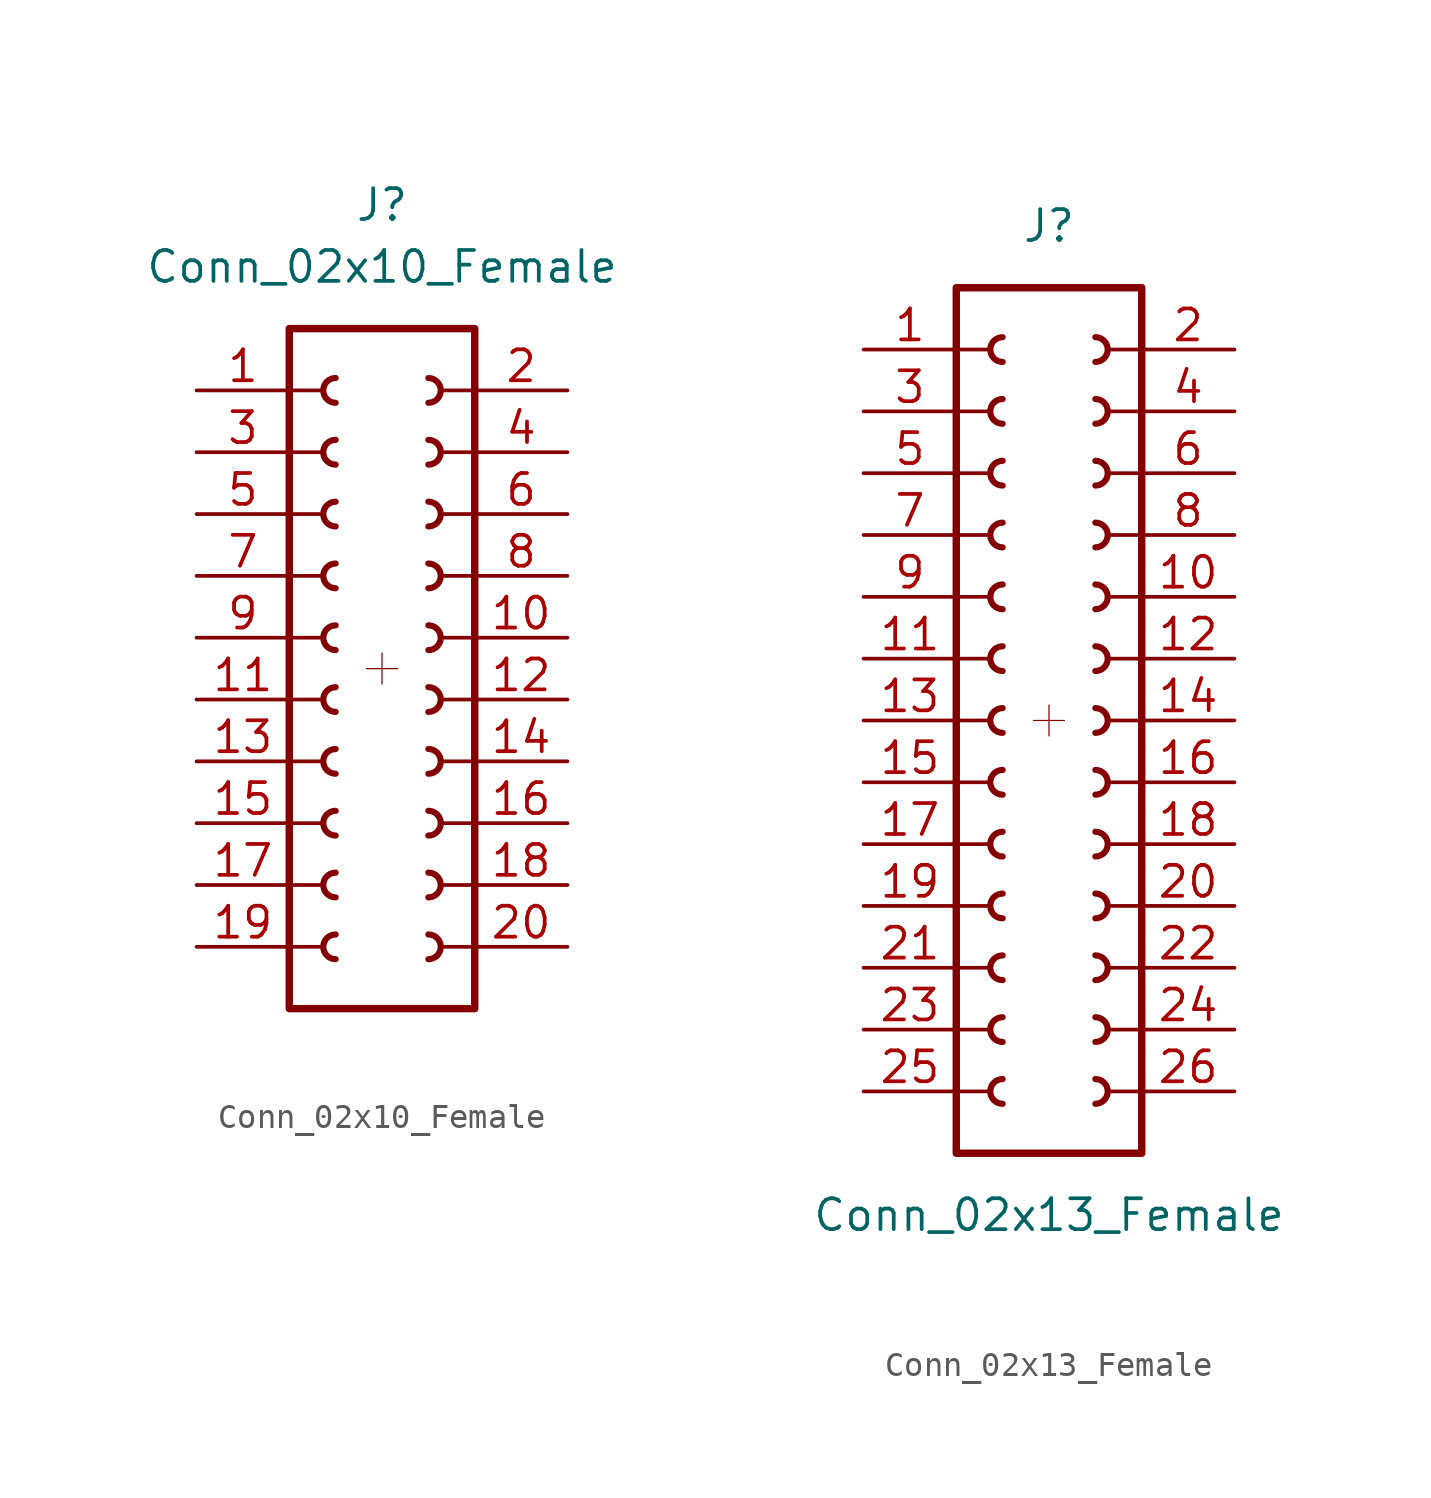
<source format=kicad_sym>
(kicad_symbol_lib
  (version 20211014)
  (generator kicad_symbol_editor)
  (symbol "Conn_02x10_Female"
    (pin_names
      (offset 1.016) hide)
    (property "Reference" "J"
      (at 0 17.78 0)
      (effects (font (size 1.27 1.27))))
    (property "Value" "Conn_02x10_Female"
      (at 0 15.24 0)
      (effects (font (size 1.27 1.27))))
    (symbol "Conn_02x10_Female_0_1"
      (rectangle (start -3.81 -12.7) (end -2.54 -12.7) (stroke (width 0.152) (type default) (color 0 0 0 0)) (fill (type none)))
      (rectangle (start -3.81 -10.16) (end -2.54 -10.16) (stroke (width 0.152) (type default) (color 0 0 0 0)) (fill (type none)))
      (rectangle (start -3.81 -7.62) (end -2.54 -7.62) (stroke (width 0.152) (type default) (color 0 0 0 0)) (fill (type none)))
      (rectangle (start -3.81 -5.08) (end -2.54 -5.08) (stroke (width 0.152) (type default) (color 0 0 0 0)) (fill (type none)))
      (rectangle (start -3.81 -2.54) (end -2.54 -2.54) (stroke (width 0.152) (type default) (color 0 0 0 0)) (fill (type none)))
      (rectangle (start -3.81 0) (end -2.54 0) (stroke (width 0.152) (type default) (color 0 0 0 0)) (fill (type none)))
      (rectangle (start -3.81 2.54) (end -2.54 2.54) (stroke (width 0.152) (type default) (color 0 0 0 0)) (fill (type none)))
      (rectangle (start -3.81 5.08) (end -2.54 5.08) (stroke (width 0.152) (type default) (color 0 0 0 0)) (fill (type none)))
      (rectangle (start -3.81 7.62) (end -2.54 7.62) (stroke (width 0.152) (type default) (color 0 0 0 0)) (fill (type none)))
      (rectangle (start -3.81 10.16) (end -2.54 10.16) (stroke (width 0.152) (type default) (color 0 0 0 0)) (fill (type none)))
      (rectangle (start -3.81 12.7) (end 3.81 -15.24) (stroke (width 0.305) (type default) (color 0 0 0 0)) (fill (type none))))
    (symbol "Conn_02x10_Female_1_1"
      (arc (start -1.905 -12.192) (mid -2.413 -12.7) (end -1.905 -13.208) (stroke (width 0.254) (type default) (color 0 0 0 0)) (fill (type none)))
      (arc (start -1.905 -9.652) (mid -2.413 -10.16) (end -1.905 -10.668) (stroke (width 0.254) (type default) (color 0 0 0 0)) (fill (type none)))
      (arc (start -1.905 -7.112) (mid -2.413 -7.62) (end -1.905 -8.128) (stroke (width 0.254) (type default) (color 0 0 0 0)) (fill (type none)))
      (arc (start -1.905 -4.572) (mid -2.413 -5.08) (end -1.905 -5.588) (stroke (width 0.254) (type default) (color 0 0 0 0)) (fill (type none)))
      (arc (start -1.905 -2.032) (mid -2.413 -2.54) (end -1.905 -3.048) (stroke (width 0.254) (type default) (color 0 0 0 0)) (fill (type none)))
      (arc (start -1.905 0.508) (mid -2.413 0) (end -1.905 -0.508) (stroke (width 0.254) (type default) (color 0 0 0 0)) (fill (type none)))
      (arc (start -1.905 3.048) (mid -2.413 2.54) (end -1.905 2.032) (stroke (width 0.254) (type default) (color 0 0 0 0)) (fill (type none)))
      (arc (start -1.905 5.588) (mid -2.413 5.08) (end -1.905 4.572) (stroke (width 0.254) (type default) (color 0 0 0 0)) (fill (type none)))
      (arc (start -1.905 8.128) (mid -2.413 7.62) (end -1.905 7.112) (stroke (width 0.254) (type default) (color 0 0 0 0)) (fill (type none)))
      (arc (start -1.905 10.668) (mid -2.413 10.16) (end -1.905 9.652) (stroke (width 0.254) (type default) (color 0 0 0 0)) (fill (type none)))
      (polyline (pts (xy -0.635 -1.27) (xy 0.635 -1.27)) (stroke (width 0.051) (type default) (color 0 0 0 0)) (fill (type none)))
      (polyline (pts (xy 0 -0.635) (xy 0 -1.905)) (stroke (width 0.051) (type default) (color 0 0 0 0)) (fill (type none)))
      (arc (start 1.905 -13.208) (mid 2.413 -12.7) (end 1.905 -12.192) (stroke (width 0.254) (type default) (color 0 0 0 0)) (fill (type none)))
      (arc (start 1.905 -10.668) (mid 2.413 -10.16) (end 1.905 -9.652) (stroke (width 0.254) (type default) (color 0 0 0 0)) (fill (type none)))
      (arc (start 1.905 -8.128) (mid 2.413 -7.62) (end 1.905 -7.112) (stroke (width 0.254) (type default) (color 0 0 0 0)) (fill (type none)))
      (arc (start 1.905 -5.588) (mid 2.413 -5.08) (end 1.905 -4.572) (stroke (width 0.254) (type default) (color 0 0 0 0)) (fill (type none)))
      (arc (start 1.905 -3.048) (mid 2.413 -2.54) (end 1.905 -2.032) (stroke (width 0.254) (type default) (color 0 0 0 0)) (fill (type none)))
      (arc (start 1.905 -0.508) (mid 2.413 0) (end 1.905 0.508) (stroke (width 0.254) (type default) (color 0 0 0 0)) (fill (type none)))
      (arc (start 1.905 2.032) (mid 2.413 2.54) (end 1.905 3.048) (stroke (width 0.254) (type default) (color 0 0 0 0)) (fill (type none)))
      (arc (start 1.905 4.572) (mid 2.413 5.08) (end 1.905 5.588) (stroke (width 0.254) (type default) (color 0 0 0 0)) (fill (type none)))
      (arc (start 1.905 7.112) (mid 2.413 7.62) (end 1.905 8.128) (stroke (width 0.254) (type default) (color 0 0 0 0)) (fill (type none)))
      (arc (start 1.905 9.652) (mid 2.413 10.16) (end 1.905 10.668) (stroke (width 0.254) (type default) (color 0 0 0 0)) (fill (type none)))
      (rectangle (start 3.81 -12.7) (end 2.54 -12.7) (stroke (width 0.152) (type default) (color 0 0 0 0)) (fill (type none)))
      (rectangle (start 3.81 -10.16) (end 2.54 -10.16) (stroke (width 0.152) (type default) (color 0 0 0 0)) (fill (type none)))
      (rectangle (start 3.81 -7.62) (end 2.54 -7.62) (stroke (width 0.152) (type default) (color 0 0 0 0)) (fill (type none)))
      (rectangle (start 3.81 -5.08) (end 2.54 -5.08) (stroke (width 0.152) (type default) (color 0 0 0 0)) (fill (type none)))
      (rectangle (start 3.81 -2.54) (end 2.54 -2.54) (stroke (width 0.152) (type default) (color 0 0 0 0)) (fill (type none)))
      (rectangle (start 3.81 0) (end 2.54 0) (stroke (width 0.152) (type default) (color 0 0 0 0)) (fill (type none)))
      (rectangle (start 3.81 2.54) (end 2.54 2.54) (stroke (width 0.152) (type default) (color 0 0 0 0)) (fill (type none)))
      (rectangle (start 3.81 5.08) (end 2.54 5.08) (stroke (width 0.152) (type default) (color 0 0 0 0)) (fill (type none)))
      (rectangle (start 3.81 7.62) (end 2.54 7.62) (stroke (width 0.152) (type default) (color 0 0 0 0)) (fill (type none)))
      (rectangle (start 3.81 10.16) (end 2.54 10.16) (stroke (width 0.152) (type default) (color 0 0 0 0)) (fill (type none)))
      (pin passive line (at -7.62 10.16 0) (length 3.81) (name "Pin_1" (effects (font (size 1.27 1.27)))) (number "1" (effects (font (size 1.27 1.27)))))
      (pin passive line (at 7.62 0 180) (length 3.81) (name "Pin_10" (effects (font (size 1.27 1.27)))) (number "10" (effects (font (size 1.27 1.27)))))
      (pin passive line (at -7.62 -2.54 0) (length 3.81) (name "Pin_11" (effects (font (size 1.27 1.27)))) (number "11" (effects (font (size 1.27 1.27)))))
      (pin passive line (at 7.62 -2.54 180) (length 3.81) (name "Pin_12" (effects (font (size 1.27 1.27)))) (number "12" (effects (font (size 1.27 1.27)))))
      (pin passive line (at -7.62 -5.08 0) (length 3.81) (name "Pin_13" (effects (font (size 1.27 1.27)))) (number "13" (effects (font (size 1.27 1.27)))))
      (pin passive line (at 7.62 -5.08 180) (length 3.81) (name "14" (effects (font (size 1.27 1.27)))) (number "14" (effects (font (size 1.27 1.27)))))
      (pin passive line (at -7.62 -7.62 0) (length 3.81) (name "15" (effects (font (size 1.27 1.27)))) (number "15" (effects (font (size 1.27 1.27)))))
      (pin passive line (at 7.62 -7.62 180) (length 3.81) (name "16" (effects (font (size 1.27 1.27)))) (number "16" (effects (font (size 1.27 1.27)))))
      (pin passive line (at -7.62 -10.16 0) (length 3.81) (name "17" (effects (font (size 1.27 1.27)))) (number "17" (effects (font (size 1.27 1.27)))))
      (pin passive line (at 7.62 -10.16 180) (length 3.81) (name "18" (effects (font (size 1.27 1.27)))) (number "18" (effects (font (size 1.27 1.27)))))
      (pin passive line (at -7.62 -12.7 0) (length 3.81) (name "19" (effects (font (size 1.27 1.27)))) (number "19" (effects (font (size 1.27 1.27)))))
      (pin passive line (at 7.62 10.16 180) (length 3.81) (name "Pin_2" (effects (font (size 1.27 1.27)))) (number "2" (effects (font (size 1.27 1.27)))))
      (pin passive line (at 7.62 -12.7 180) (length 3.81) (name "20" (effects (font (size 1.27 1.27)))) (number "20" (effects (font (size 1.27 1.27)))))
      (pin passive line (at -7.62 7.62 0) (length 3.81) (name "Pin_3" (effects (font (size 1.27 1.27)))) (number "3" (effects (font (size 1.27 1.27)))))
      (pin passive line (at 7.62 7.62 180) (length 3.81) (name "Pin_4" (effects (font (size 1.27 1.27)))) (number "4" (effects (font (size 1.27 1.27)))))
      (pin passive line (at -7.62 5.08 0) (length 3.81) (name "Pin_5" (effects (font (size 1.27 1.27)))) (number "5" (effects (font (size 1.27 1.27)))))
      (pin passive line (at 7.62 5.08 180) (length 3.81) (name "Pin_6" (effects (font (size 1.27 1.27)))) (number "6" (effects (font (size 1.27 1.27)))))
      (pin passive line (at -7.62 2.54 0) (length 3.81) (name "Pin_7" (effects (font (size 1.27 1.27)))) (number "7" (effects (font (size 1.27 1.27)))))
      (pin passive line (at 7.62 2.54 180) (length 3.81) (name "Pin_8" (effects (font (size 1.27 1.27)))) (number "8" (effects (font (size 1.27 1.27)))))
      (pin passive line (at -7.62 0 0) (length 3.81) (name "Pin_9" (effects (font (size 1.27 1.27)))) (number "9" (effects (font (size 1.27 1.27)))))))
  (symbol "Conn_02x13_Female"
    (pin_names
      (offset 1.016) hide)
    (property "Reference" "J"
      (at 0 20.32 0)
      (effects (font (size 1.27 1.27))))
    (property "Value" "Conn_02x13_Female"
      (at 0 -20.32 0)
      (effects (font (size 1.27 1.27))))
    (symbol "Conn_02x13_Female_0_1"
      (rectangle (start -3.81 -15.24) (end -2.54 -15.24) (stroke (width 0.152) (type default) (color 0 0 0 0)) (fill (type none)))
      (rectangle (start -3.81 -12.7) (end -2.54 -12.7) (stroke (width 0.152) (type default) (color 0 0 0 0)) (fill (type none)))
      (rectangle (start -3.81 -10.16) (end -2.54 -10.16) (stroke (width 0.152) (type default) (color 0 0 0 0)) (fill (type none)))
      (rectangle (start -3.81 -7.62) (end -2.54 -7.62) (stroke (width 0.152) (type default) (color 0 0 0 0)) (fill (type none)))
      (rectangle (start -3.81 -5.08) (end -2.54 -5.08) (stroke (width 0.152) (type default) (color 0 0 0 0)) (fill (type none)))
      (rectangle (start -3.81 -2.54) (end -2.54 -2.54) (stroke (width 0.152) (type default) (color 0 0 0 0)) (fill (type none)))
      (rectangle (start -3.81 0) (end -2.54 0) (stroke (width 0.152) (type default) (color 0 0 0 0)) (fill (type none)))
      (rectangle (start -3.81 2.54) (end -2.54 2.54) (stroke (width 0.152) (type default) (color 0 0 0 0)) (fill (type none)))
      (rectangle (start -3.81 5.08) (end -2.54 5.08) (stroke (width 0.152) (type default) (color 0 0 0 0)) (fill (type none)))
      (rectangle (start -3.81 7.62) (end -2.54 7.62) (stroke (width 0.152) (type default) (color 0 0 0 0)) (fill (type none)))
      (rectangle (start -3.81 10.16) (end -2.54 10.16) (stroke (width 0.152) (type default) (color 0 0 0 0)) (fill (type none)))
      (rectangle (start -3.81 12.7) (end -2.54 12.7) (stroke (width 0.152) (type default) (color 0 0 0 0)) (fill (type none)))
      (rectangle (start -3.81 15.24) (end -2.54 15.24) (stroke (width 0.152) (type default) (color 0 0 0 0)) (fill (type none)))
      (rectangle (start -3.81 17.78) (end 3.81 -17.78) (stroke (width 0.305) (type default) (color 0 0 0 0)) (fill (type none))))
    (symbol "Conn_02x13_Female_1_1"
      (arc (start -1.905 -14.732) (mid -2.413 -15.24) (end -1.905 -15.748) (stroke (width 0.254) (type default) (color 0 0 0 0)) (fill (type none)))
      (arc (start -1.905 -12.192) (mid -2.413 -12.7) (end -1.905 -13.208) (stroke (width 0.254) (type default) (color 0 0 0 0)) (fill (type none)))
      (arc (start -1.905 -9.652) (mid -2.413 -10.16) (end -1.905 -10.668) (stroke (width 0.254) (type default) (color 0 0 0 0)) (fill (type none)))
      (arc (start -1.905 -7.112) (mid -2.413 -7.62) (end -1.905 -8.128) (stroke (width 0.254) (type default) (color 0 0 0 0)) (fill (type none)))
      (arc (start -1.905 -4.572) (mid -2.413 -5.08) (end -1.905 -5.588) (stroke (width 0.254) (type default) (color 0 0 0 0)) (fill (type none)))
      (arc (start -1.905 -2.032) (mid -2.413 -2.54) (end -1.905 -3.048) (stroke (width 0.254) (type default) (color 0 0 0 0)) (fill (type none)))
      (arc (start -1.905 0.508) (mid -2.413 0) (end -1.905 -0.508) (stroke (width 0.254) (type default) (color 0 0 0 0)) (fill (type none)))
      (arc (start -1.905 3.048) (mid -2.413 2.54) (end -1.905 2.032) (stroke (width 0.254) (type default) (color 0 0 0 0)) (fill (type none)))
      (arc (start -1.905 5.588) (mid -2.413 5.08) (end -1.905 4.572) (stroke (width 0.254) (type default) (color 0 0 0 0)) (fill (type none)))
      (arc (start -1.905 8.128) (mid -2.413 7.62) (end -1.905 7.112) (stroke (width 0.254) (type default) (color 0 0 0 0)) (fill (type none)))
      (arc (start -1.905 10.668) (mid -2.413 10.16) (end -1.905 9.652) (stroke (width 0.254) (type default) (color 0 0 0 0)) (fill (type none)))
      (arc (start -1.905 13.208) (mid -2.413 12.7) (end -1.905 12.192) (stroke (width 0.254) (type default) (color 0 0 0 0)) (fill (type none)))
      (arc (start -1.905 15.748) (mid -2.413 15.24) (end -1.905 14.732) (stroke (width 0.254) (type default) (color 0 0 0 0)) (fill (type none)))
      (polyline (pts (xy -0.635 0) (xy 0.635 0)) (stroke (width 0.051) (type default) (color 0 0 0 0)) (fill (type none)))
      (polyline (pts (xy 0 0.635) (xy 0 -0.635)) (stroke (width 0.051) (type default) (color 0 0 0 0)) (fill (type none)))
      (arc (start 1.905 -15.748) (mid 2.413 -15.24) (end 1.905 -14.732) (stroke (width 0.254) (type default) (color 0 0 0 0)) (fill (type none)))
      (arc (start 1.905 -13.208) (mid 2.413 -12.7) (end 1.905 -12.192) (stroke (width 0.254) (type default) (color 0 0 0 0)) (fill (type none)))
      (arc (start 1.905 -10.668) (mid 2.413 -10.16) (end 1.905 -9.652) (stroke (width 0.254) (type default) (color 0 0 0 0)) (fill (type none)))
      (arc (start 1.905 -8.128) (mid 2.413 -7.62) (end 1.905 -7.112) (stroke (width 0.254) (type default) (color 0 0 0 0)) (fill (type none)))
      (arc (start 1.905 -5.588) (mid 2.413 -5.08) (end 1.905 -4.572) (stroke (width 0.254) (type default) (color 0 0 0 0)) (fill (type none)))
      (arc (start 1.905 -3.048) (mid 2.413 -2.54) (end 1.905 -2.032) (stroke (width 0.254) (type default) (color 0 0 0 0)) (fill (type none)))
      (arc (start 1.905 -0.508) (mid 2.413 0) (end 1.905 0.508) (stroke (width 0.254) (type default) (color 0 0 0 0)) (fill (type none)))
      (arc (start 1.905 2.032) (mid 2.413 2.54) (end 1.905 3.048) (stroke (width 0.254) (type default) (color 0 0 0 0)) (fill (type none)))
      (arc (start 1.905 4.572) (mid 2.413 5.08) (end 1.905 5.588) (stroke (width 0.254) (type default) (color 0 0 0 0)) (fill (type none)))
      (arc (start 1.905 7.112) (mid 2.413 7.62) (end 1.905 8.128) (stroke (width 0.254) (type default) (color 0 0 0 0)) (fill (type none)))
      (arc (start 1.905 9.652) (mid 2.413 10.16) (end 1.905 10.668) (stroke (width 0.254) (type default) (color 0 0 0 0)) (fill (type none)))
      (arc (start 1.905 12.192) (mid 2.413 12.7) (end 1.905 13.208) (stroke (width 0.254) (type default) (color 0 0 0 0)) (fill (type none)))
      (arc (start 1.905 14.732) (mid 2.413 15.24) (end 1.905 15.748) (stroke (width 0.254) (type default) (color 0 0 0 0)) (fill (type none)))
      (rectangle (start 3.81 -15.24) (end 2.54 -15.24) (stroke (width 0.152) (type default) (color 0 0 0 0)) (fill (type none)))
      (rectangle (start 3.81 -12.7) (end 2.54 -12.7) (stroke (width 0.152) (type default) (color 0 0 0 0)) (fill (type none)))
      (rectangle (start 3.81 -10.16) (end 2.54 -10.16) (stroke (width 0.152) (type default) (color 0 0 0 0)) (fill (type none)))
      (rectangle (start 3.81 -7.62) (end 2.54 -7.62) (stroke (width 0.152) (type default) (color 0 0 0 0)) (fill (type none)))
      (rectangle (start 3.81 -5.08) (end 2.54 -5.08) (stroke (width 0.152) (type default) (color 0 0 0 0)) (fill (type none)))
      (rectangle (start 3.81 -2.54) (end 2.54 -2.54) (stroke (width 0.152) (type default) (color 0 0 0 0)) (fill (type none)))
      (rectangle (start 3.81 0) (end 2.54 0) (stroke (width 0.152) (type default) (color 0 0 0 0)) (fill (type none)))
      (rectangle (start 3.81 2.54) (end 2.54 2.54) (stroke (width 0.152) (type default) (color 0 0 0 0)) (fill (type none)))
      (rectangle (start 3.81 5.08) (end 2.54 5.08) (stroke (width 0.152) (type default) (color 0 0 0 0)) (fill (type none)))
      (rectangle (start 3.81 7.62) (end 2.54 7.62) (stroke (width 0.152) (type default) (color 0 0 0 0)) (fill (type none)))
      (rectangle (start 3.81 10.16) (end 2.54 10.16) (stroke (width 0.152) (type default) (color 0 0 0 0)) (fill (type none)))
      (rectangle (start 3.81 12.7) (end 2.54 12.7) (stroke (width 0.152) (type default) (color 0 0 0 0)) (fill (type none)))
      (rectangle (start 3.81 15.24) (end 2.54 15.24) (stroke (width 0.152) (type default) (color 0 0 0 0)) (fill (type none)))
      (pin passive line (at -7.62 15.24 0) (length 3.81) (name "Pin_1" (effects (font (size 1.27 1.27)))) (number "1" (effects (font (size 1.27 1.27)))))
      (pin passive line (at 7.62 5.08 180) (length 3.81) (name "Pin_10" (effects (font (size 1.27 1.27)))) (number "10" (effects (font (size 1.27 1.27)))))
      (pin passive line (at -7.62 2.54 0) (length 3.81) (name "Pin_11" (effects (font (size 1.27 1.27)))) (number "11" (effects (font (size 1.27 1.27)))))
      (pin passive line (at 7.62 2.54 180) (length 3.81) (name "Pin_12" (effects (font (size 1.27 1.27)))) (number "12" (effects (font (size 1.27 1.27)))))
      (pin passive line (at -7.62 0 0) (length 3.81) (name "Pin_13" (effects (font (size 1.27 1.27)))) (number "13" (effects (font (size 1.27 1.27)))))
      (pin passive line (at 7.62 0 180) (length 3.81) (name "14" (effects (font (size 1.27 1.27)))) (number "14" (effects (font (size 1.27 1.27)))))
      (pin passive line (at -7.62 -2.54 0) (length 3.81) (name "15" (effects (font (size 1.27 1.27)))) (number "15" (effects (font (size 1.27 1.27)))))
      (pin passive line (at 7.62 -2.54 180) (length 3.81) (name "16" (effects (font (size 1.27 1.27)))) (number "16" (effects (font (size 1.27 1.27)))))
      (pin passive line (at -7.62 -5.08 0) (length 3.81) (name "17" (effects (font (size 1.27 1.27)))) (number "17" (effects (font (size 1.27 1.27)))))
      (pin passive line (at 7.62 -5.08 180) (length 3.81) (name "18" (effects (font (size 1.27 1.27)))) (number "18" (effects (font (size 1.27 1.27)))))
      (pin passive line (at -7.62 -7.62 0) (length 3.81) (name "19" (effects (font (size 1.27 1.27)))) (number "19" (effects (font (size 1.27 1.27)))))
      (pin passive line (at 7.62 15.24 180) (length 3.81) (name "Pin_2" (effects (font (size 1.27 1.27)))) (number "2" (effects (font (size 1.27 1.27)))))
      (pin passive line (at 7.62 -7.62 180) (length 3.81) (name "20" (effects (font (size 1.27 1.27)))) (number "20" (effects (font (size 1.27 1.27)))))
      (pin passive line (at -7.62 -10.16 0) (length 3.81) (name "21" (effects (font (size 1.27 1.27)))) (number "21" (effects (font (size 1.27 1.27)))))
      (pin passive line (at 7.62 -10.16 180) (length 3.81) (name "22" (effects (font (size 1.27 1.27)))) (number "22" (effects (font (size 1.27 1.27)))))
      (pin passive line (at -7.62 -12.7 0) (length 3.81) (name "23" (effects (font (size 1.27 1.27)))) (number "23" (effects (font (size 1.27 1.27)))))
      (pin passive line (at 7.62 -12.7 180) (length 3.81) (name "24" (effects (font (size 1.27 1.27)))) (number "24" (effects (font (size 1.27 1.27)))))
      (pin passive line (at -7.62 -15.24 0) (length 3.81) (name "25" (effects (font (size 1.27 1.27)))) (number "25" (effects (font (size 1.27 1.27)))))
      (pin passive line (at 7.62 -15.24 180) (length 3.81) (name "26" (effects (font (size 1.27 1.27)))) (number "26" (effects (font (size 1.27 1.27)))))
      (pin passive line (at -7.62 12.7 0) (length 3.81) (name "Pin_3" (effects (font (size 1.27 1.27)))) (number "3" (effects (font (size 1.27 1.27)))))
      (pin passive line (at 7.62 12.7 180) (length 3.81) (name "Pin_4" (effects (font (size 1.27 1.27)))) (number "4" (effects (font (size 1.27 1.27)))))
      (pin passive line (at -7.62 10.16 0) (length 3.81) (name "Pin_5" (effects (font (size 1.27 1.27)))) (number "5" (effects (font (size 1.27 1.27)))))
      (pin passive line (at 7.62 10.16 180) (length 3.81) (name "Pin_6" (effects (font (size 1.27 1.27)))) (number "6" (effects (font (size 1.27 1.27)))))
      (pin passive line (at -7.62 7.62 0) (length 3.81) (name "Pin_7" (effects (font (size 1.27 1.27)))) (number "7" (effects (font (size 1.27 1.27)))))
      (pin passive line (at 7.62 7.62 180) (length 3.81) (name "Pin_8" (effects (font (size 1.27 1.27)))) (number "8" (effects (font (size 1.27 1.27)))))
      (pin passive line (at -7.62 5.08 0) (length 3.81) (name "Pin_9" (effects (font (size 1.27 1.27)))) (number "9" (effects (font (size 1.27 1.27))))))))
</source>
